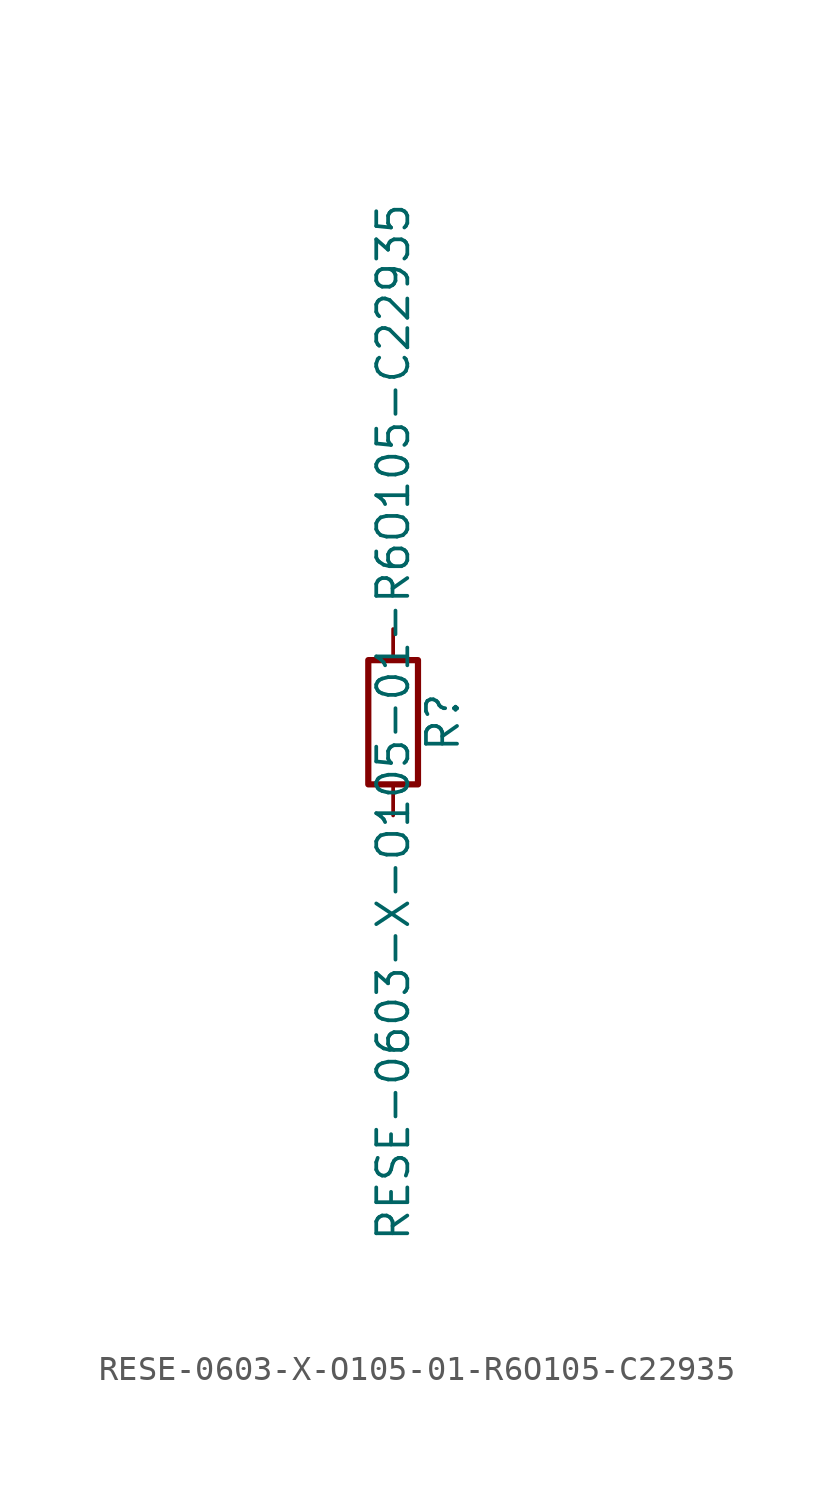
<source format=kicad_sym>
(kicad_symbol_lib
  (version 20211014)
  (generator kicad_symbol_editor)
  (symbol "RESE-0603-X-O105-01-R6O105-C22935"
    (pin_numbers hide)
    (pin_names
      (offset 0))
    (property "Reference" "R"
      (at 2.032 0 90)
      (effects (font (size 1.27 1.27))))
    (property "Value" "RESE-0603-X-O105-01-R6O105-C22935"
      (at 0 0 90)
      (effects (font (size 1.27 1.27))))
    (symbol "RESE-0603-X-O105-01-R6O105-C22935_0_1"
      (rectangle (start -1.016 -2.54) (end 1.016 2.54) (stroke (width 0.254) (type default) (color 0 0 0 0)) (fill (type none))))
    (symbol "RESE-0603-X-O105-01-R6O105-C22935_1_1"
      (pin passive line (at 0 3.81 270) (length 1.27) (name "~" (effects (font (size 1.27 1.27)))) (number "1" (effects (font (size 1.27 1.27)))))
      (pin passive line (at 0 -3.81 90) (length 1.27) (name "~" (effects (font (size 1.27 1.27)))) (number "2" (effects (font (size 1.27 1.27))))))))
</source>
